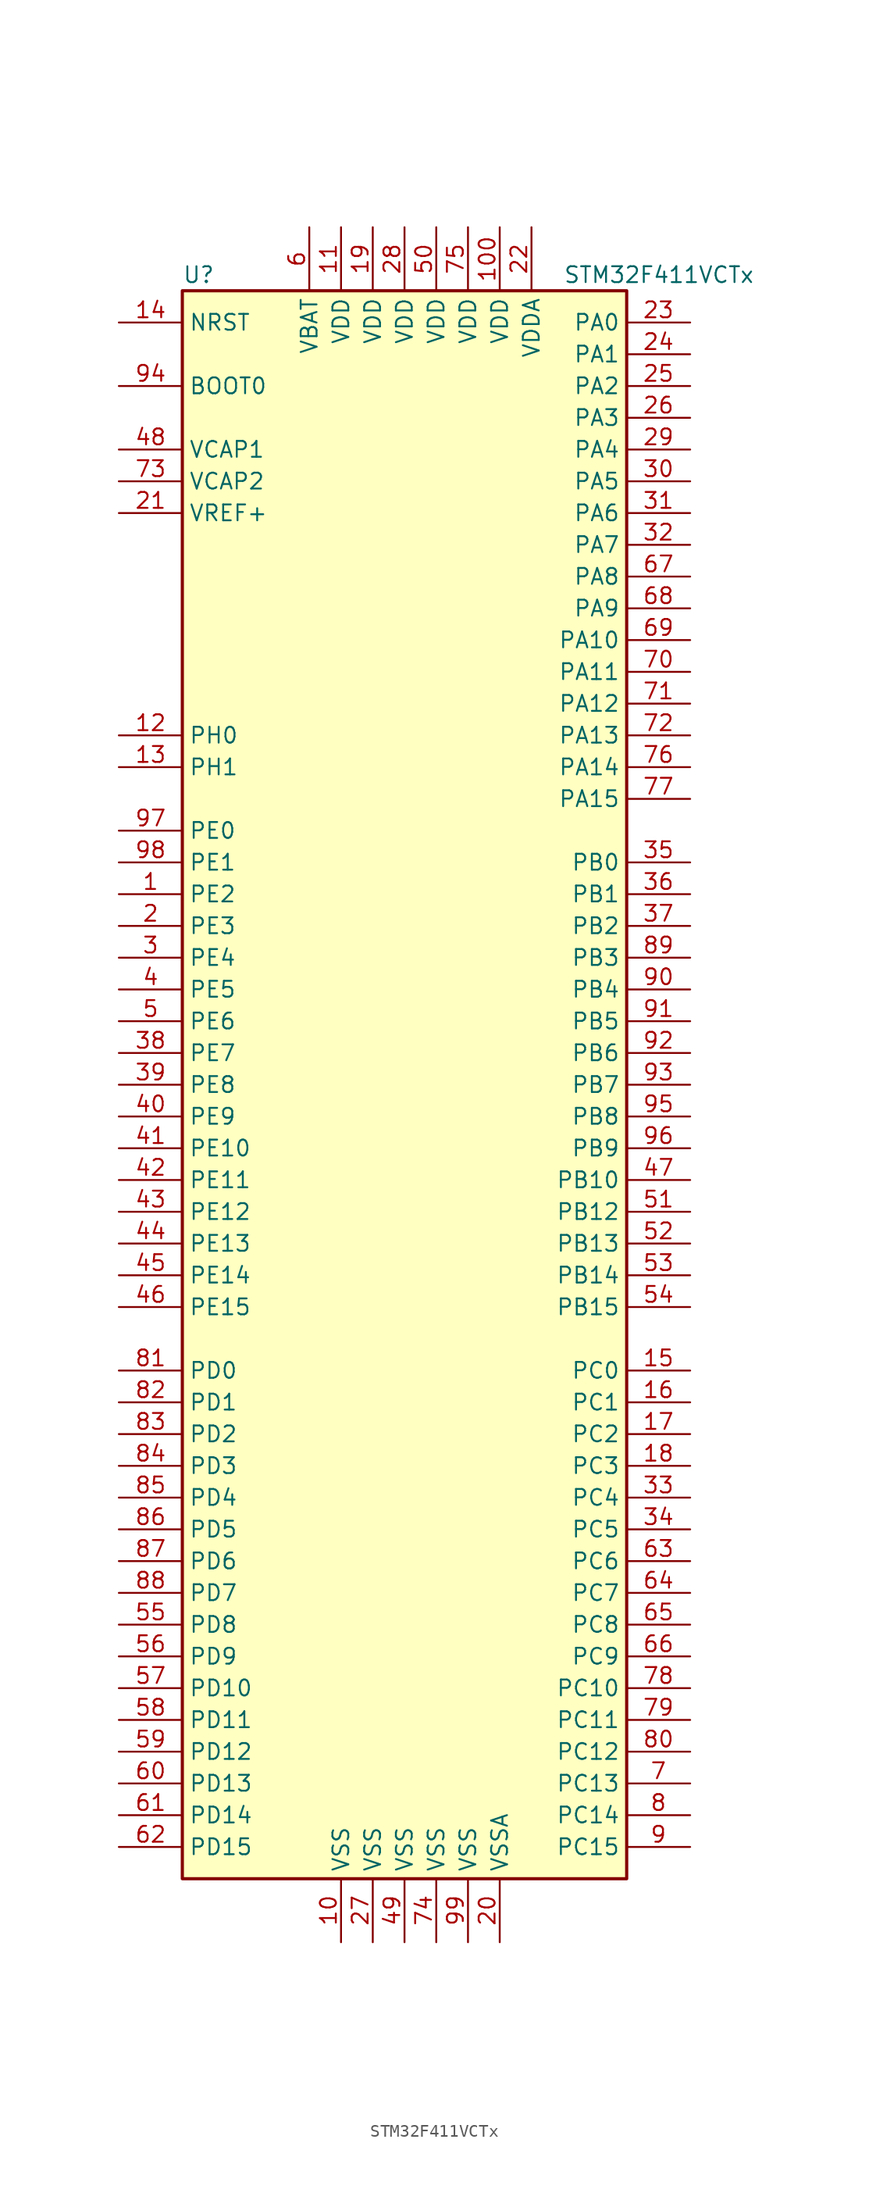
<source format=kicad_sym>
(kicad_symbol_lib
  (version 20201005)
  (generator kicad_symbol_editor)
  (symbol "STM32F411VCTx"
    (property "Reference" "U"
      (at -17.78 64.77 0)
      (effects (font (size 1.27 1.27)) (justify left)))
    (property "Value" "STM32F411VCTx"
      (at 12.7 64.77 0)
      (effects (font (size 1.27 1.27)) (justify left)))
    (symbol "STM32F411VCTx_0_1"
      (rectangle (start -17.78 -63.5) (end 17.78 63.5) (stroke (width 0.254)) (fill (type background))))
    (symbol "STM32F411VCTx_1_1"
      (pin input line (at -22.86 55.88 0) (length 5.08) (name "BOOT0" (effects (font (size 1.27 1.27)))) (number "94" (effects (font (size 1.27 1.27)))))
      (pin input line (at -22.86 60.96 0) (length 5.08) (name "NRST" (effects (font (size 1.27 1.27)))) (number "14" (effects (font (size 1.27 1.27)))))
      (pin bidirectional line (at 22.86 60.96 180) (length 5.08) (name "PA0" (effects (font (size 1.27 1.27)))) (number "23" (effects (font (size 1.27 1.27)))))
      (pin bidirectional line (at 22.86 58.42 180) (length 5.08) (name "PA1" (effects (font (size 1.27 1.27)))) (number "24" (effects (font (size 1.27 1.27)))))
      (pin bidirectional line (at 22.86 35.56 180) (length 5.08) (name "PA10" (effects (font (size 1.27 1.27)))) (number "69" (effects (font (size 1.27 1.27)))))
      (pin bidirectional line (at 22.86 33.02 180) (length 5.08) (name "PA11" (effects (font (size 1.27 1.27)))) (number "70" (effects (font (size 1.27 1.27)))))
      (pin bidirectional line (at 22.86 30.48 180) (length 5.08) (name "PA12" (effects (font (size 1.27 1.27)))) (number "71" (effects (font (size 1.27 1.27)))))
      (pin bidirectional line (at 22.86 27.94 180) (length 5.08) (name "PA13" (effects (font (size 1.27 1.27)))) (number "72" (effects (font (size 1.27 1.27)))))
      (pin bidirectional line (at 22.86 25.4 180) (length 5.08) (name "PA14" (effects (font (size 1.27 1.27)))) (number "76" (effects (font (size 1.27 1.27)))))
      (pin bidirectional line (at 22.86 22.86 180) (length 5.08) (name "PA15" (effects (font (size 1.27 1.27)))) (number "77" (effects (font (size 1.27 1.27)))))
      (pin bidirectional line (at 22.86 55.88 180) (length 5.08) (name "PA2" (effects (font (size 1.27 1.27)))) (number "25" (effects (font (size 1.27 1.27)))))
      (pin bidirectional line (at 22.86 53.34 180) (length 5.08) (name "PA3" (effects (font (size 1.27 1.27)))) (number "26" (effects (font (size 1.27 1.27)))))
      (pin bidirectional line (at 22.86 50.8 180) (length 5.08) (name "PA4" (effects (font (size 1.27 1.27)))) (number "29" (effects (font (size 1.27 1.27)))))
      (pin bidirectional line (at 22.86 48.26 180) (length 5.08) (name "PA5" (effects (font (size 1.27 1.27)))) (number "30" (effects (font (size 1.27 1.27)))))
      (pin bidirectional line (at 22.86 45.72 180) (length 5.08) (name "PA6" (effects (font (size 1.27 1.27)))) (number "31" (effects (font (size 1.27 1.27)))))
      (pin bidirectional line (at 22.86 43.18 180) (length 5.08) (name "PA7" (effects (font (size 1.27 1.27)))) (number "32" (effects (font (size 1.27 1.27)))))
      (pin bidirectional line (at 22.86 40.64 180) (length 5.08) (name "PA8" (effects (font (size 1.27 1.27)))) (number "67" (effects (font (size 1.27 1.27)))))
      (pin bidirectional line (at 22.86 38.1 180) (length 5.08) (name "PA9" (effects (font (size 1.27 1.27)))) (number "68" (effects (font (size 1.27 1.27)))))
      (pin bidirectional line (at 22.86 17.78 180) (length 5.08) (name "PB0" (effects (font (size 1.27 1.27)))) (number "35" (effects (font (size 1.27 1.27)))))
      (pin bidirectional line (at 22.86 15.24 180) (length 5.08) (name "PB1" (effects (font (size 1.27 1.27)))) (number "36" (effects (font (size 1.27 1.27)))))
      (pin bidirectional line (at 22.86 -7.62 180) (length 5.08) (name "PB10" (effects (font (size 1.27 1.27)))) (number "47" (effects (font (size 1.27 1.27)))))
      (pin bidirectional line (at 22.86 -10.16 180) (length 5.08) (name "PB12" (effects (font (size 1.27 1.27)))) (number "51" (effects (font (size 1.27 1.27)))))
      (pin bidirectional line (at 22.86 -12.7 180) (length 5.08) (name "PB13" (effects (font (size 1.27 1.27)))) (number "52" (effects (font (size 1.27 1.27)))))
      (pin bidirectional line (at 22.86 -15.24 180) (length 5.08) (name "PB14" (effects (font (size 1.27 1.27)))) (number "53" (effects (font (size 1.27 1.27)))))
      (pin bidirectional line (at 22.86 -17.78 180) (length 5.08) (name "PB15" (effects (font (size 1.27 1.27)))) (number "54" (effects (font (size 1.27 1.27)))))
      (pin bidirectional line (at 22.86 12.7 180) (length 5.08) (name "PB2" (effects (font (size 1.27 1.27)))) (number "37" (effects (font (size 1.27 1.27)))))
      (pin bidirectional line (at 22.86 10.16 180) (length 5.08) (name "PB3" (effects (font (size 1.27 1.27)))) (number "89" (effects (font (size 1.27 1.27)))))
      (pin bidirectional line (at 22.86 7.62 180) (length 5.08) (name "PB4" (effects (font (size 1.27 1.27)))) (number "90" (effects (font (size 1.27 1.27)))))
      (pin bidirectional line (at 22.86 5.08 180) (length 5.08) (name "PB5" (effects (font (size 1.27 1.27)))) (number "91" (effects (font (size 1.27 1.27)))))
      (pin bidirectional line (at 22.86 2.54 180) (length 5.08) (name "PB6" (effects (font (size 1.27 1.27)))) (number "92" (effects (font (size 1.27 1.27)))))
      (pin bidirectional line (at 22.86 0 180) (length 5.08) (name "PB7" (effects (font (size 1.27 1.27)))) (number "93" (effects (font (size 1.27 1.27)))))
      (pin bidirectional line (at 22.86 -2.54 180) (length 5.08) (name "PB8" (effects (font (size 1.27 1.27)))) (number "95" (effects (font (size 1.27 1.27)))))
      (pin bidirectional line (at 22.86 -5.08 180) (length 5.08) (name "PB9" (effects (font (size 1.27 1.27)))) (number "96" (effects (font (size 1.27 1.27)))))
      (pin bidirectional line (at 22.86 -22.86 180) (length 5.08) (name "PC0" (effects (font (size 1.27 1.27)))) (number "15" (effects (font (size 1.27 1.27)))))
      (pin bidirectional line (at 22.86 -25.4 180) (length 5.08) (name "PC1" (effects (font (size 1.27 1.27)))) (number "16" (effects (font (size 1.27 1.27)))))
      (pin bidirectional line (at 22.86 -48.26 180) (length 5.08) (name "PC10" (effects (font (size 1.27 1.27)))) (number "78" (effects (font (size 1.27 1.27)))))
      (pin bidirectional line (at 22.86 -50.8 180) (length 5.08) (name "PC11" (effects (font (size 1.27 1.27)))) (number "79" (effects (font (size 1.27 1.27)))))
      (pin bidirectional line (at 22.86 -53.34 180) (length 5.08) (name "PC12" (effects (font (size 1.27 1.27)))) (number "80" (effects (font (size 1.27 1.27)))))
      (pin bidirectional line (at 22.86 -55.88 180) (length 5.08) (name "PC13" (effects (font (size 1.27 1.27)))) (number "7" (effects (font (size 1.27 1.27)))))
      (pin bidirectional line (at 22.86 -58.42 180) (length 5.08) (name "PC14" (effects (font (size 1.27 1.27)))) (number "8" (effects (font (size 1.27 1.27)))))
      (pin bidirectional line (at 22.86 -60.96 180) (length 5.08) (name "PC15" (effects (font (size 1.27 1.27)))) (number "9" (effects (font (size 1.27 1.27)))))
      (pin bidirectional line (at 22.86 -27.94 180) (length 5.08) (name "PC2" (effects (font (size 1.27 1.27)))) (number "17" (effects (font (size 1.27 1.27)))))
      (pin bidirectional line (at 22.86 -30.48 180) (length 5.08) (name "PC3" (effects (font (size 1.27 1.27)))) (number "18" (effects (font (size 1.27 1.27)))))
      (pin bidirectional line (at 22.86 -33.02 180) (length 5.08) (name "PC4" (effects (font (size 1.27 1.27)))) (number "33" (effects (font (size 1.27 1.27)))))
      (pin bidirectional line (at 22.86 -35.56 180) (length 5.08) (name "PC5" (effects (font (size 1.27 1.27)))) (number "34" (effects (font (size 1.27 1.27)))))
      (pin bidirectional line (at 22.86 -38.1 180) (length 5.08) (name "PC6" (effects (font (size 1.27 1.27)))) (number "63" (effects (font (size 1.27 1.27)))))
      (pin bidirectional line (at 22.86 -40.64 180) (length 5.08) (name "PC7" (effects (font (size 1.27 1.27)))) (number "64" (effects (font (size 1.27 1.27)))))
      (pin bidirectional line (at 22.86 -43.18 180) (length 5.08) (name "PC8" (effects (font (size 1.27 1.27)))) (number "65" (effects (font (size 1.27 1.27)))))
      (pin bidirectional line (at 22.86 -45.72 180) (length 5.08) (name "PC9" (effects (font (size 1.27 1.27)))) (number "66" (effects (font (size 1.27 1.27)))))
      (pin bidirectional line (at -22.86 -22.86 0) (length 5.08) (name "PD0" (effects (font (size 1.27 1.27)))) (number "81" (effects (font (size 1.27 1.27)))))
      (pin bidirectional line (at -22.86 -25.4 0) (length 5.08) (name "PD1" (effects (font (size 1.27 1.27)))) (number "82" (effects (font (size 1.27 1.27)))))
      (pin bidirectional line (at -22.86 -48.26 0) (length 5.08) (name "PD10" (effects (font (size 1.27 1.27)))) (number "57" (effects (font (size 1.27 1.27)))))
      (pin bidirectional line (at -22.86 -50.8 0) (length 5.08) (name "PD11" (effects (font (size 1.27 1.27)))) (number "58" (effects (font (size 1.27 1.27)))))
      (pin bidirectional line (at -22.86 -53.34 0) (length 5.08) (name "PD12" (effects (font (size 1.27 1.27)))) (number "59" (effects (font (size 1.27 1.27)))))
      (pin bidirectional line (at -22.86 -55.88 0) (length 5.08) (name "PD13" (effects (font (size 1.27 1.27)))) (number "60" (effects (font (size 1.27 1.27)))))
      (pin bidirectional line (at -22.86 -58.42 0) (length 5.08) (name "PD14" (effects (font (size 1.27 1.27)))) (number "61" (effects (font (size 1.27 1.27)))))
      (pin bidirectional line (at -22.86 -60.96 0) (length 5.08) (name "PD15" (effects (font (size 1.27 1.27)))) (number "62" (effects (font (size 1.27 1.27)))))
      (pin bidirectional line (at -22.86 -27.94 0) (length 5.08) (name "PD2" (effects (font (size 1.27 1.27)))) (number "83" (effects (font (size 1.27 1.27)))))
      (pin bidirectional line (at -22.86 -30.48 0) (length 5.08) (name "PD3" (effects (font (size 1.27 1.27)))) (number "84" (effects (font (size 1.27 1.27)))))
      (pin bidirectional line (at -22.86 -33.02 0) (length 5.08) (name "PD4" (effects (font (size 1.27 1.27)))) (number "85" (effects (font (size 1.27 1.27)))))
      (pin bidirectional line (at -22.86 -35.56 0) (length 5.08) (name "PD5" (effects (font (size 1.27 1.27)))) (number "86" (effects (font (size 1.27 1.27)))))
      (pin bidirectional line (at -22.86 -38.1 0) (length 5.08) (name "PD6" (effects (font (size 1.27 1.27)))) (number "87" (effects (font (size 1.27 1.27)))))
      (pin bidirectional line (at -22.86 -40.64 0) (length 5.08) (name "PD7" (effects (font (size 1.27 1.27)))) (number "88" (effects (font (size 1.27 1.27)))))
      (pin bidirectional line (at -22.86 -43.18 0) (length 5.08) (name "PD8" (effects (font (size 1.27 1.27)))) (number "55" (effects (font (size 1.27 1.27)))))
      (pin bidirectional line (at -22.86 -45.72 0) (length 5.08) (name "PD9" (effects (font (size 1.27 1.27)))) (number "56" (effects (font (size 1.27 1.27)))))
      (pin bidirectional line (at -22.86 20.32 0) (length 5.08) (name "PE0" (effects (font (size 1.27 1.27)))) (number "97" (effects (font (size 1.27 1.27)))))
      (pin bidirectional line (at -22.86 17.78 0) (length 5.08) (name "PE1" (effects (font (size 1.27 1.27)))) (number "98" (effects (font (size 1.27 1.27)))))
      (pin bidirectional line (at -22.86 -5.08 0) (length 5.08) (name "PE10" (effects (font (size 1.27 1.27)))) (number "41" (effects (font (size 1.27 1.27)))))
      (pin bidirectional line (at -22.86 -7.62 0) (length 5.08) (name "PE11" (effects (font (size 1.27 1.27)))) (number "42" (effects (font (size 1.27 1.27)))))
      (pin bidirectional line (at -22.86 -10.16 0) (length 5.08) (name "PE12" (effects (font (size 1.27 1.27)))) (number "43" (effects (font (size 1.27 1.27)))))
      (pin bidirectional line (at -22.86 -12.7 0) (length 5.08) (name "PE13" (effects (font (size 1.27 1.27)))) (number "44" (effects (font (size 1.27 1.27)))))
      (pin bidirectional line (at -22.86 -15.24 0) (length 5.08) (name "PE14" (effects (font (size 1.27 1.27)))) (number "45" (effects (font (size 1.27 1.27)))))
      (pin bidirectional line (at -22.86 -17.78 0) (length 5.08) (name "PE15" (effects (font (size 1.27 1.27)))) (number "46" (effects (font (size 1.27 1.27)))))
      (pin bidirectional line (at -22.86 15.24 0) (length 5.08) (name "PE2" (effects (font (size 1.27 1.27)))) (number "1" (effects (font (size 1.27 1.27)))))
      (pin bidirectional line (at -22.86 12.7 0) (length 5.08) (name "PE3" (effects (font (size 1.27 1.27)))) (number "2" (effects (font (size 1.27 1.27)))))
      (pin bidirectional line (at -22.86 10.16 0) (length 5.08) (name "PE4" (effects (font (size 1.27 1.27)))) (number "3" (effects (font (size 1.27 1.27)))))
      (pin bidirectional line (at -22.86 7.62 0) (length 5.08) (name "PE5" (effects (font (size 1.27 1.27)))) (number "4" (effects (font (size 1.27 1.27)))))
      (pin bidirectional line (at -22.86 5.08 0) (length 5.08) (name "PE6" (effects (font (size 1.27 1.27)))) (number "5" (effects (font (size 1.27 1.27)))))
      (pin bidirectional line (at -22.86 2.54 0) (length 5.08) (name "PE7" (effects (font (size 1.27 1.27)))) (number "38" (effects (font (size 1.27 1.27)))))
      (pin bidirectional line (at -22.86 0 0) (length 5.08) (name "PE8" (effects (font (size 1.27 1.27)))) (number "39" (effects (font (size 1.27 1.27)))))
      (pin bidirectional line (at -22.86 -2.54 0) (length 5.08) (name "PE9" (effects (font (size 1.27 1.27)))) (number "40" (effects (font (size 1.27 1.27)))))
      (pin input line (at -22.86 27.94 0) (length 5.08) (name "PH0" (effects (font (size 1.27 1.27)))) (number "12" (effects (font (size 1.27 1.27)))))
      (pin input line (at -22.86 25.4 0) (length 5.08) (name "PH1" (effects (font (size 1.27 1.27)))) (number "13" (effects (font (size 1.27 1.27)))))
      (pin power_in line (at -7.62 68.58 270) (length 5.08) (name "VBAT" (effects (font (size 1.27 1.27)))) (number "6" (effects (font (size 1.27 1.27)))))
      (pin power_in line (at -22.86 50.8 0) (length 5.08) (name "VCAP1" (effects (font (size 1.27 1.27)))) (number "48" (effects (font (size 1.27 1.27)))))
      (pin power_in line (at -22.86 48.26 0) (length 5.08) (name "VCAP2" (effects (font (size 1.27 1.27)))) (number "73" (effects (font (size 1.27 1.27)))))
      (pin power_in line (at 7.62 68.58 270) (length 5.08) (name "VDD" (effects (font (size 1.27 1.27)))) (number "100" (effects (font (size 1.27 1.27)))))
      (pin power_in line (at -5.08 68.58 270) (length 5.08) (name "VDD" (effects (font (size 1.27 1.27)))) (number "11" (effects (font (size 1.27 1.27)))))
      (pin power_in line (at -2.54 68.58 270) (length 5.08) (name "VDD" (effects (font (size 1.27 1.27)))) (number "19" (effects (font (size 1.27 1.27)))))
      (pin power_in line (at 0 68.58 270) (length 5.08) (name "VDD" (effects (font (size 1.27 1.27)))) (number "28" (effects (font (size 1.27 1.27)))))
      (pin power_in line (at 2.54 68.58 270) (length 5.08) (name "VDD" (effects (font (size 1.27 1.27)))) (number "50" (effects (font (size 1.27 1.27)))))
      (pin power_in line (at 5.08 68.58 270) (length 5.08) (name "VDD" (effects (font (size 1.27 1.27)))) (number "75" (effects (font (size 1.27 1.27)))))
      (pin power_in line (at 10.16 68.58 270) (length 5.08) (name "VDDA" (effects (font (size 1.27 1.27)))) (number "22" (effects (font (size 1.27 1.27)))))
      (pin power_in line (at -22.86 45.72 0) (length 5.08) (name "VREF+" (effects (font (size 1.27 1.27)))) (number "21" (effects (font (size 1.27 1.27)))))
      (pin power_in line (at -5.08 -68.58 90) (length 5.08) (name "VSS" (effects (font (size 1.27 1.27)))) (number "10" (effects (font (size 1.27 1.27)))))
      (pin power_in line (at -2.54 -68.58 90) (length 5.08) (name "VSS" (effects (font (size 1.27 1.27)))) (number "27" (effects (font (size 1.27 1.27)))))
      (pin power_in line (at 0 -68.58 90) (length 5.08) (name "VSS" (effects (font (size 1.27 1.27)))) (number "49" (effects (font (size 1.27 1.27)))))
      (pin power_in line (at 2.54 -68.58 90) (length 5.08) (name "VSS" (effects (font (size 1.27 1.27)))) (number "74" (effects (font (size 1.27 1.27)))))
      (pin power_in line (at 5.08 -68.58 90) (length 5.08) (name "VSS" (effects (font (size 1.27 1.27)))) (number "99" (effects (font (size 1.27 1.27)))))
      (pin power_in line (at 7.62 -68.58 90) (length 5.08) (name "VSSA" (effects (font (size 1.27 1.27)))) (number "20" (effects (font (size 1.27 1.27))))))))
</source>
